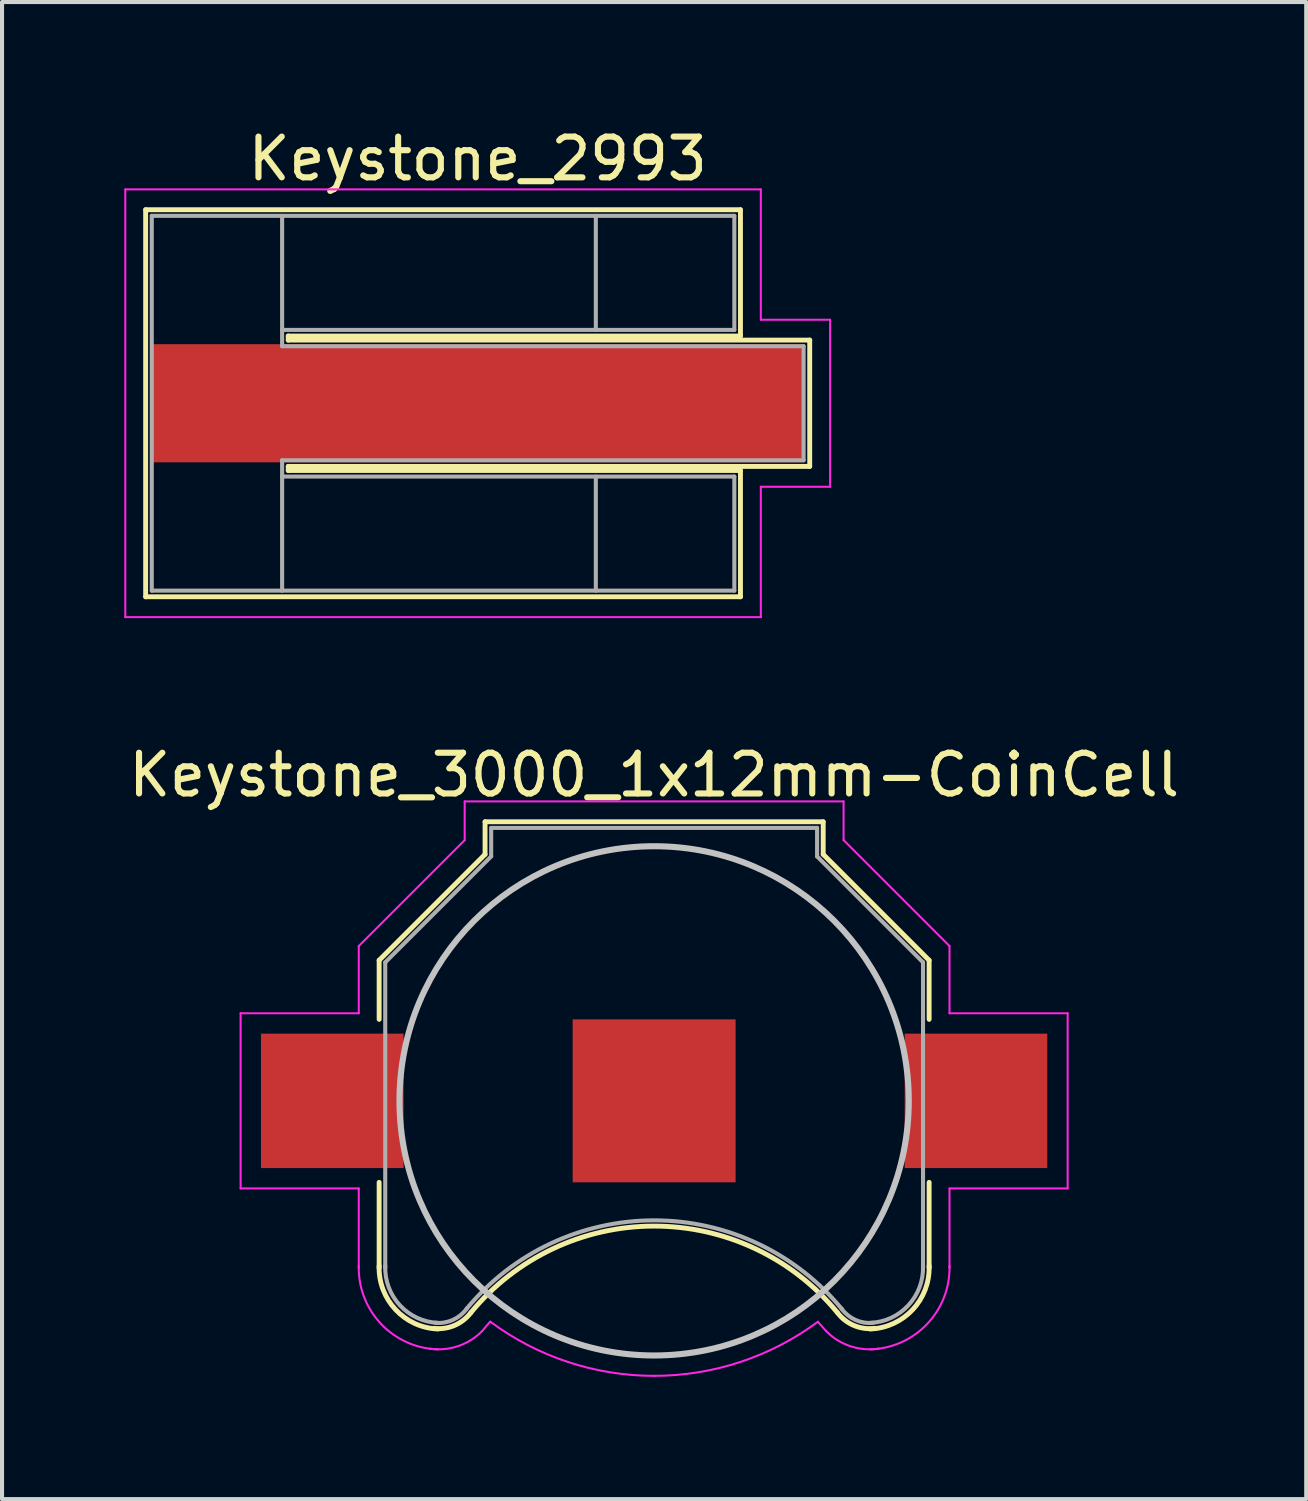
<source format=kicad_pcb>
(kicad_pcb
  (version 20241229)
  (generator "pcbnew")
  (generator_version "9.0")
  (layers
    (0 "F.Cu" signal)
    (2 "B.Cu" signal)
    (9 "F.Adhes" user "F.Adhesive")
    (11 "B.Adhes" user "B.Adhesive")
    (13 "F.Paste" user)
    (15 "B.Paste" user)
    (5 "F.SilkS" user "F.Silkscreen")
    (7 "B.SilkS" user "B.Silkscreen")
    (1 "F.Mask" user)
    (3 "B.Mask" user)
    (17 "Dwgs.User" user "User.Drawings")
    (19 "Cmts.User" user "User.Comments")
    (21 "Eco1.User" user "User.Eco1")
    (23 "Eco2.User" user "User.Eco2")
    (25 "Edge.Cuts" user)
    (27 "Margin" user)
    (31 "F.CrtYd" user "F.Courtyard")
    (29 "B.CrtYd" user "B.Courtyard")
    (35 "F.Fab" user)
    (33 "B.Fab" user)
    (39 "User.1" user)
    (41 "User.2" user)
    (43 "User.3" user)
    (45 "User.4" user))
  (footprint "Keystone_3000_1x12mm-CoinCell"
    (layer "F.Cu")
    (at 13.006 23.971)
    (property "Reference" "Keystone_3000_1x12mm-CoinCell" (at 0 -8 0) (layer "F.SilkS") (effects (font (size 1 1) (thickness 0.15))))
    (attr smd)
    (fp_line (start -6.75 -3.45) (end -4.15 -6.05) (stroke (width 0.12) (type solid)) (layer "F.SilkS"))
    (fp_line (start -6.75 -2) (end -6.75 -3.45) (stroke (width 0.12) (type solid)) (layer "F.SilkS"))
    (fp_line (start -6.75 2) (end -6.75 4.1) (stroke (width 0.12) (type solid)) (layer "F.SilkS"))
    (fp_line (start -4.15 -6.85) (end 4.15 -6.85) (stroke (width 0.12) (type solid)) (layer "F.SilkS"))
    (fp_line (start -4.15 -6.05) (end -4.15 -6.85) (stroke (width 0.12) (type solid)) (layer "F.SilkS"))
    (fp_line (start 4.15 -6.85) (end 4.15 -6.05) (stroke (width 0.12) (type solid)) (layer "F.SilkS"))
    (fp_line (start 4.15 -6.05) (end 6.75 -3.45) (stroke (width 0.12) (type solid)) (layer "F.SilkS"))
    (fp_line (start 6.75 -3.45) (end 6.75 -2) (stroke (width 0.12) (type solid)) (layer "F.SilkS"))
    (fp_line (start 6.75 2) (end 6.75 4.1) (stroke (width 0.12) (type solid)) (layer "F.SilkS"))
    (fp_arc (start -5.3 5.6) (mid -6.346016 5.125305) (end -6.75 4.05) (stroke (width 0.12) (type solid)) (layer "F.SilkS"))
    (fp_arc (start -4.5 5.2) (mid -4.90584 5.514615) (end -5.414615 5.58416) (stroke (width 0.12) (type solid)) (layer "F.SilkS"))
    (fp_arc (start -4.5 5.2) (mid -0.007341 3.0742) (end 4.490661 5.188671) (stroke (width 0.12) (type solid)) (layer "F.SilkS"))
    (fp_arc (start 5.414615 5.58416) (mid 4.90584 5.514615) (end 4.5 5.2) (stroke (width 0.12) (type solid)) (layer "F.SilkS"))
    (fp_arc (start 6.75 4.05) (mid 6.346016 5.125305) (end 5.3 5.6) (stroke (width 0.12) (type solid)) (layer "F.SilkS"))
    (fp_circle (center 0 0) (end 0 6.25) (stroke (width 0.15) (type solid)) (fill no) (layer "Dwgs.User"))
    (fp_line (start -10.15 -2.15) (end -10.15 2.15) (stroke (width 0.05) (type solid)) (layer "F.CrtYd"))
    (fp_line (start -10.15 2.15) (end -7.25 2.15) (stroke (width 0.05) (type solid)) (layer "F.CrtYd"))
    (fp_line (start -7.25 -3.8) (end -4.65 -6.4) (stroke (width 0.05) (type solid)) (layer "F.CrtYd"))
    (fp_line (start -7.25 -2.15) (end -10.15 -2.15) (stroke (width 0.05) (type solid)) (layer "F.CrtYd"))
    (fp_line (start -7.25 -2.15) (end -7.25 -3.8) (stroke (width 0.05) (type solid)) (layer "F.CrtYd"))
    (fp_line (start -7.25 2.15) (end -7.25 4.1) (stroke (width 0.05) (type solid)) (layer "F.CrtYd"))
    (fp_line (start -4.65 -7.35) (end 4.65 -7.35) (stroke (width 0.05) (type solid)) (layer "F.CrtYd"))
    (fp_line (start -4.65 -6.4) (end -4.65 -7.35) (stroke (width 0.05) (type solid)) (layer "F.CrtYd"))
    (fp_line (start 4.65 -6.4) (end 4.65 -7.35) (stroke (width 0.05) (type solid)) (layer "F.CrtYd"))
    (fp_line (start 7.25 -3.8) (end 4.65 -6.4) (stroke (width 0.05) (type solid)) (layer "F.CrtYd"))
    (fp_line (start 7.25 -2.15) (end 7.25 -3.8) (stroke (width 0.05) (type solid)) (layer "F.CrtYd"))
    (fp_line (start 7.25 -2.15) (end 10.15 -2.15) (stroke (width 0.05) (type solid)) (layer "F.CrtYd"))
    (fp_line (start 7.25 2.15) (end 7.25 4.1) (stroke (width 0.05) (type solid)) (layer "F.CrtYd"))
    (fp_line (start 10.15 -2.15) (end 10.15 2.15) (stroke (width 0.05) (type solid)) (layer "F.CrtYd"))
    (fp_line (start 10.15 2.15) (end 7.25 2.15) (stroke (width 0.05) (type solid)) (layer "F.CrtYd"))
    (fp_arc (start -5.3 6.1) (mid -6.699569 5.478858) (end -7.25 4.05) (stroke (width 0.05) (type solid)) (layer "F.CrtYd"))
    (fp_arc (start -4.22 5.65) (mid -4.814553 6.021742) (end -5.513125 6.082436) (stroke (width 0.05) (type solid)) (layer "F.CrtYd"))
    (fp_arc (start -4.22 5.65) (mid -4.123743 5.534157) (end -4.024388 5.42096) (stroke (width 0.05) (type solid)) (layer "F.CrtYd"))
    (fp_arc (start 0 6.75) (mid -2.119449 6.408622) (end -4.024518 5.419018) (stroke (width 0.05) (type solid)) (layer "F.CrtYd"))
    (fp_arc (start 4.024518 5.419018) (mid 2.119449 6.408622) (end 0 6.75) (stroke (width 0.05) (type solid)) (layer "F.CrtYd"))
    (fp_arc (start 4.02471 5.432858) (mid 4.123824 5.540108) (end 4.22 5.65) (stroke (width 0.05) (type solid)) (layer "F.CrtYd"))
    (fp_arc (start 5.513125 6.082436) (mid 4.814553 6.021742) (end 4.22 5.65) (stroke (width 0.05) (type solid)) (layer "F.CrtYd"))
    (fp_arc (start 7.25 4.05) (mid 6.699569 5.478858) (end 5.3 6.1) (stroke (width 0.05) (type solid)) (layer "F.CrtYd"))
    (fp_line (start -6.6 -3.4) (end -6.6 4.1) (stroke (width 0.1) (type solid)) (layer "F.Fab"))
    (fp_line (start -4 -6.7) (end -4 -6) (stroke (width 0.1) (type solid)) (layer "F.Fab"))
    (fp_line (start -4 -6.7) (end 4 -6.7) (stroke (width 0.1) (type solid)) (layer "F.Fab"))
    (fp_line (start -4 -6) (end -6.6 -3.4) (stroke (width 0.1) (type solid)) (layer "F.Fab"))
    (fp_line (start 4 -6.7) (end 4 -6) (stroke (width 0.1) (type solid)) (layer "F.Fab"))
    (fp_line (start 4 -6) (end 6.6 -3.4) (stroke (width 0.1) (type solid)) (layer "F.Fab"))
    (fp_line (start 6.6 -3.4) (end 6.6 4.1) (stroke (width 0.1) (type solid)) (layer "F.Fab"))
    (fp_arc (start -5.3 5.45) (mid -6.239949 5.019239) (end -6.6 4.05) (stroke (width 0.1) (type solid)) (layer "F.Fab"))
    (fp_arc (start -4.6 5.1) (mid -4.942443 5.378013) (end -5.378013 5.447558) (stroke (width 0.1) (type solid)) (layer "F.Fab"))
    (fp_arc (start -4.6 5.1) (mid 0.006214 2.93343) (end 4.607905 5.109589) (stroke (width 0.1) (type solid)) (layer "F.Fab"))
    (fp_arc (start 5.378013 5.447558) (mid 4.942442 5.378013) (end 4.6 5.1) (stroke (width 0.1) (type solid)) (layer "F.Fab"))
    (fp_arc (start 6.6 4.05) (mid 6.239949 5.019239) (end 5.3 5.45) (stroke (width 0.1) (type solid)) (layer "F.Fab"))
    (pad "1" smd rect (at -7.9 0) (size 3.5 3.3) (layers "F.Cu" "F.Mask" "F.Paste"))
    (pad "1" smd rect (at 7.9 0) (size 3.5 3.3) (layers "F.Cu" "F.Mask" "F.Paste"))
    (pad "2" smd rect (at 0 0) (size 4 4) (layers "F.Cu" "F.Mask")))
  (footprint "Keystone_2993"
    (layer "F.Cu")
    (at 8.675 6.848)
    (property "Reference" "Keystone_2993" (at 0 -6 0) (layer "F.SilkS") (effects (font (size 1 1) (thickness 0.15))))
    (attr smd)
    (fp_line (start -8.15 -4.75) (end -8.15 4.75) (stroke (width 0.12) (type solid)) (layer "F.SilkS"))
    (fp_line (start -8.15 -4.75) (end 6.45 -4.75) (stroke (width 0.12) (type solid)) (layer "F.SilkS"))
    (fp_line (start -8.15 4.75) (end 6.45 4.75) (stroke (width 0.12) (type solid)) (layer "F.SilkS"))
    (fp_line (start -4.65 -1.65) (end -4.65 -1.55) (stroke (width 0.12) (type solid)) (layer "F.SilkS"))
    (fp_line (start -4.65 -1.55) (end 8.15 -1.55) (stroke (width 0.12) (type solid)) (layer "F.SilkS"))
    (fp_line (start -4.65 1.55) (end 8.15 1.55) (stroke (width 0.12) (type solid)) (layer "F.SilkS"))
    (fp_line (start -4.65 1.65) (end -4.65 1.55) (stroke (width 0.12) (type solid)) (layer "F.SilkS"))
    (fp_line (start 6.45 -4.75) (end 6.45 -1.65) (stroke (width 0.12) (type solid)) (layer "F.SilkS"))
    (fp_line (start 6.45 -1.65) (end -4.65 -1.65) (stroke (width 0.12) (type solid)) (layer "F.SilkS"))
    (fp_line (start 6.45 1.65) (end -4.65 1.65) (stroke (width 0.12) (type solid)) (layer "F.SilkS"))
    (fp_line (start 6.45 4.75) (end 6.45 1.65) (stroke (width 0.12) (type solid)) (layer "F.SilkS"))
    (fp_line (start 8.15 -1.55) (end 8.15 1.55) (stroke (width 0.12) (type solid)) (layer "F.SilkS"))
    (fp_line (start -8.65 -5.25) (end -8.65 5.25) (stroke (width 0.05) (type solid)) (layer "F.CrtYd"))
    (fp_line (start -8.65 -5.25) (end 6.95 -5.25) (stroke (width 0.05) (type solid)) (layer "F.CrtYd"))
    (fp_line (start -8.65 5.25) (end 6.95 5.25) (stroke (width 0.05) (type solid)) (layer "F.CrtYd"))
    (fp_line (start 6.95 -5.25) (end 6.95 -2.05) (stroke (width 0.05) (type solid)) (layer "F.CrtYd"))
    (fp_line (start 6.95 -2.05) (end 8.65 -2.05) (stroke (width 0.05) (type solid)) (layer "F.CrtYd"))
    (fp_line (start 6.95 2.05) (end 8.65 2.05) (stroke (width 0.05) (type solid)) (layer "F.CrtYd"))
    (fp_line (start 6.95 5.25) (end 6.95 2.05) (stroke (width 0.05) (type solid)) (layer "F.CrtYd"))
    (fp_line (start 8.65 -2.05) (end 8.65 2.05) (stroke (width 0.05) (type solid)) (layer "F.CrtYd"))
    (fp_line (start -8 -4.6) (end -8 4.6) (stroke (width 0.1) (type solid)) (layer "F.Fab"))
    (fp_line (start -8 -4.6) (end 6.3 -4.6) (stroke (width 0.1) (type solid)) (layer "F.Fab"))
    (fp_line (start -4.8 -1.4) (end -4.8 -4.6) (stroke (width 0.1) (type solid)) (layer "F.Fab"))
    (fp_line (start -4.8 -1.4) (end 8 -1.4) (stroke (width 0.1) (type solid)) (layer "F.Fab"))
    (fp_line (start -4.8 1.4) (end -4.8 4.6) (stroke (width 0.1) (type solid)) (layer "F.Fab"))
    (fp_line (start 2.9 -1.8) (end 2.9 -4.6) (stroke (width 0.1) (type solid)) (layer "F.Fab"))
    (fp_line (start 2.9 1.8) (end 2.9 4.6) (stroke (width 0.1) (type solid)) (layer "F.Fab"))
    (fp_line (start 6.3 -4.6) (end 6.3 -1.8) (stroke (width 0.1) (type solid)) (layer "F.Fab"))
    (fp_line (start 6.3 -1.8) (end -4.8 -1.8) (stroke (width 0.1) (type solid)) (layer "F.Fab"))
    (fp_line (start 6.3 1.8) (end -4.8 1.8) (stroke (width 0.1) (type solid)) (layer "F.Fab"))
    (fp_line (start 6.3 4.6) (end -8 4.6) (stroke (width 0.1) (type solid)) (layer "F.Fab"))
    (fp_line (start 6.3 4.6) (end 6.3 1.8) (stroke (width 0.1) (type solid)) (layer "F.Fab"))
    (fp_line (start 8 -1.4) (end 8 1.4) (stroke (width 0.1) (type solid)) (layer "F.Fab"))
    (fp_line (start 8 1.4) (end -4.8 1.4) (stroke (width 0.1) (type solid)) (layer "F.Fab"))
    (pad "1" smd rect (at 0 0) (size 16 2.9) (layers "F.Cu" "F.Mask" "F.Paste")))
  (gr_rect
    (start -3 -3)
    (end 29.012 33.746)
    (stroke (width 0.1) (type default))
    (fill no)
    (layer "Edge.Cuts")))
</source>
